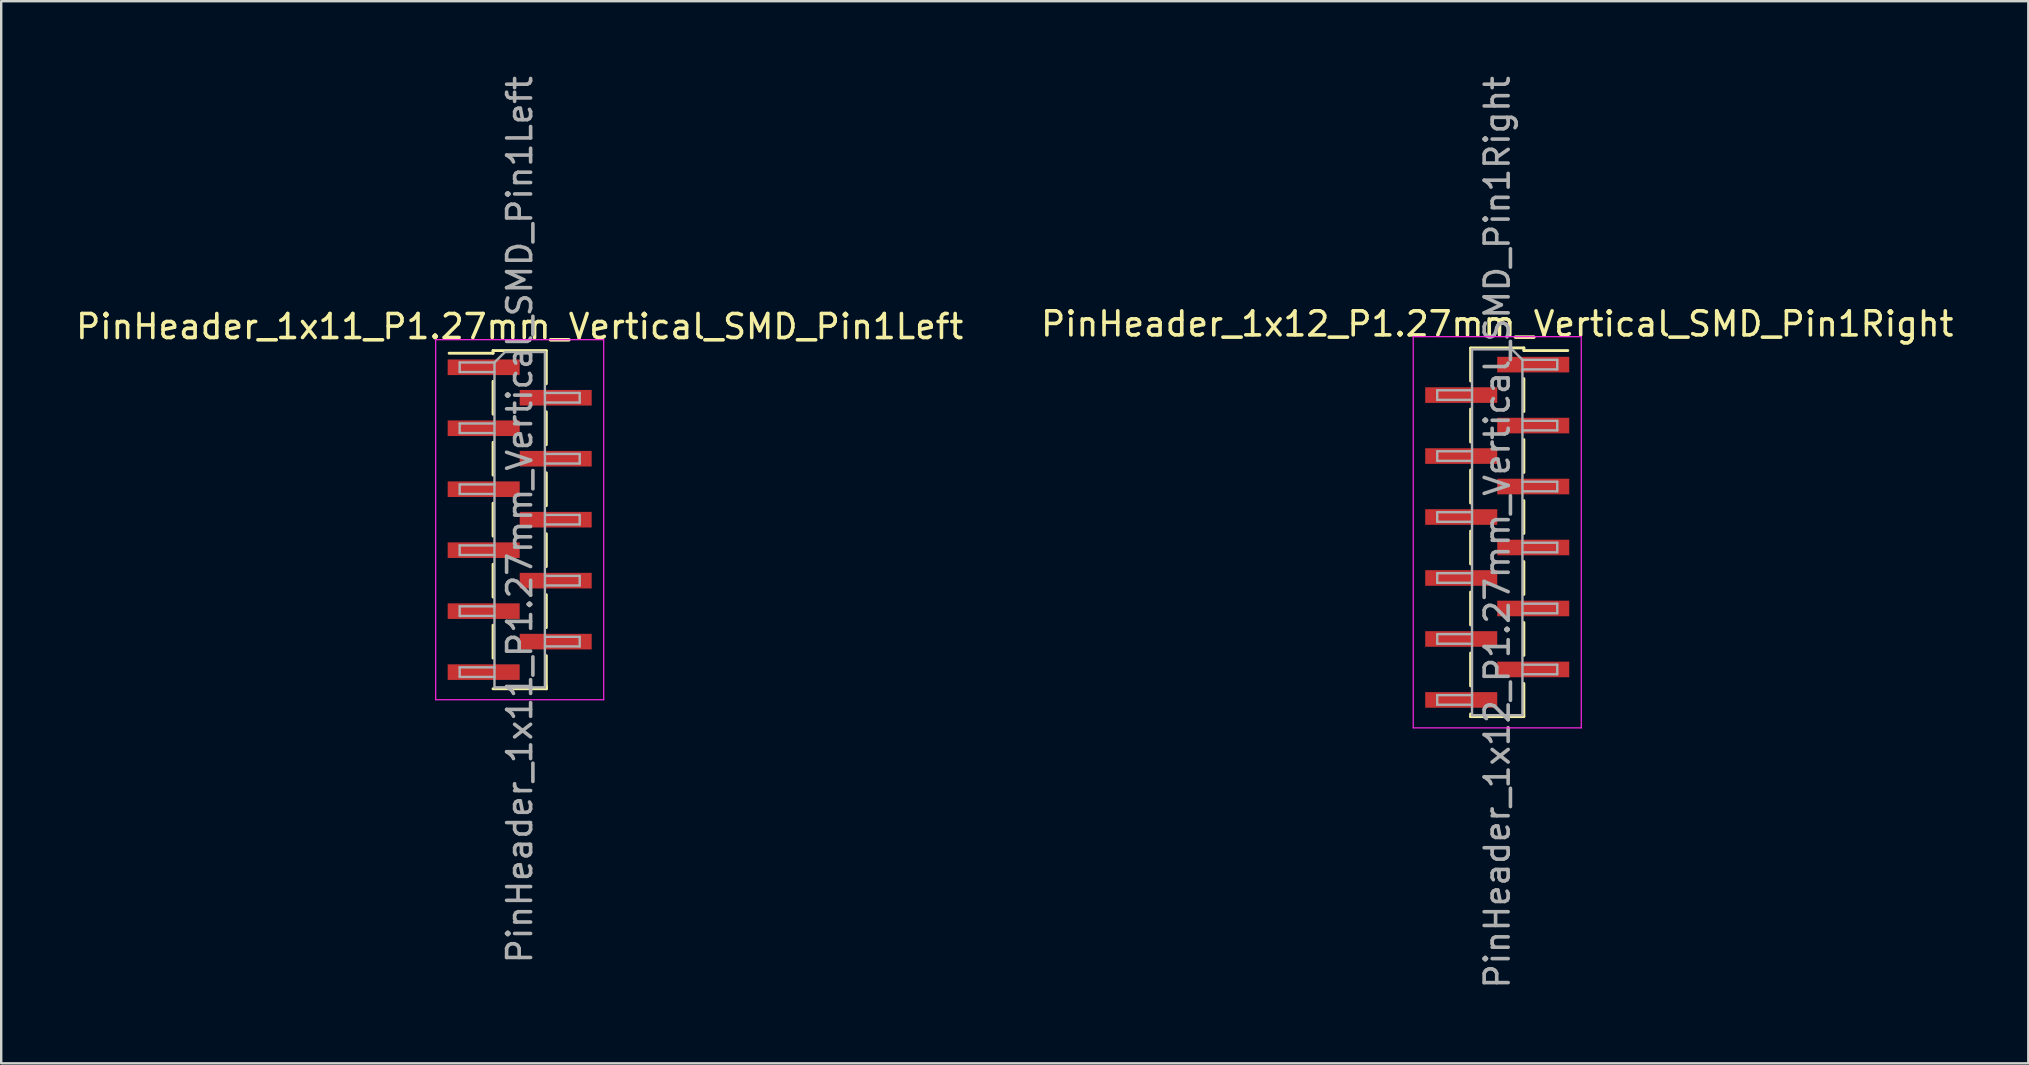
<source format=kicad_pcb>
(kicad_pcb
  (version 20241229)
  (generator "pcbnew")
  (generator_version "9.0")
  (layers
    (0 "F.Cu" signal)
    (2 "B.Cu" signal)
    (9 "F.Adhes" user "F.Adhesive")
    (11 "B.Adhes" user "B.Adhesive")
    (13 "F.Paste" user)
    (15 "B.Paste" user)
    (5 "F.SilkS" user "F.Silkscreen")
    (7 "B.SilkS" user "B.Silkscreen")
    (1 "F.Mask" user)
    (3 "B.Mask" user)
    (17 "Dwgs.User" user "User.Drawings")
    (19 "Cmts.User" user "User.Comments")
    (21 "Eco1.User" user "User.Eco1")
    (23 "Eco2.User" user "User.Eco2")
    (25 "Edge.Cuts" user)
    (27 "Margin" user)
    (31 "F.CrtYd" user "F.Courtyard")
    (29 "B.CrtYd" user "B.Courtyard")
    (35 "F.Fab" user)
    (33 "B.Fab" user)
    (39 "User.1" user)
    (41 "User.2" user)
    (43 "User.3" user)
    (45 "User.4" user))
  (footprint "PinHeader_1x12_P1.27mm_Vertical_SMD_Pin1Right"
    (layer "F.Cu")
    (at 59.327 19.125)
    (property "Reference" "PinHeader_1x12_P1.27mm_Vertical_SMD_Pin1Right" (at 0 -8.68 0) (layer "F.SilkS") (effects (font (size 1 1) (thickness 0.15))))
    (attr smd)
    (fp_line (start -1.11 -7.68) (end 1.11 -7.68) (stroke (width 0.12) (type solid)) (layer "F.SilkS"))
    (fp_line (start -1.11 -7.67) (end -1.11 -6.3) (stroke (width 0.12) (type solid)) (layer "F.SilkS"))
    (fp_line (start -1.11 -5.13) (end -1.11 -3.76) (stroke (width 0.12) (type solid)) (layer "F.SilkS"))
    (fp_line (start -1.11 -2.59) (end -1.11 -1.22) (stroke (width 0.12) (type solid)) (layer "F.SilkS"))
    (fp_line (start -1.11 -0.05) (end -1.11 1.32) (stroke (width 0.12) (type solid)) (layer "F.SilkS"))
    (fp_line (start -1.11 2.49) (end -1.11 3.86) (stroke (width 0.12) (type solid)) (layer "F.SilkS"))
    (fp_line (start -1.11 5.03) (end -1.11 6.4) (stroke (width 0.12) (type solid)) (layer "F.SilkS"))
    (fp_line (start -1.11 7.57) (end -1.11 7.68) (stroke (width 0.12) (type solid)) (layer "F.SilkS"))
    (fp_line (start -1.11 7.68) (end 1.11 7.68) (stroke (width 0.12) (type solid)) (layer "F.SilkS"))
    (fp_line (start 1.11 -7.68) (end 1.11 -7.57) (stroke (width 0.12) (type solid)) (layer "F.SilkS"))
    (fp_line (start 1.11 -7.57) (end 2.94 -7.57) (stroke (width 0.12) (type solid)) (layer "F.SilkS"))
    (fp_line (start 1.11 -6.4) (end 1.11 -5.03) (stroke (width 0.12) (type solid)) (layer "F.SilkS"))
    (fp_line (start 1.11 -3.86) (end 1.11 -2.49) (stroke (width 0.12) (type solid)) (layer "F.SilkS"))
    (fp_line (start 1.11 -1.32) (end 1.11 0.05) (stroke (width 0.12) (type solid)) (layer "F.SilkS"))
    (fp_line (start 1.11 1.22) (end 1.11 2.59) (stroke (width 0.12) (type solid)) (layer "F.SilkS"))
    (fp_line (start 1.11 3.76) (end 1.11 5.13) (stroke (width 0.12) (type solid)) (layer "F.SilkS"))
    (fp_line (start 1.11 6.3) (end 1.11 7.67) (stroke (width 0.12) (type solid)) (layer "F.SilkS"))
    (fp_line (start -3.5 -8.15) (end -3.5 8.15) (stroke (width 0.05) (type solid)) (layer "F.CrtYd"))
    (fp_line (start -3.5 8.15) (end 3.5 8.15) (stroke (width 0.05) (type solid)) (layer "F.CrtYd"))
    (fp_line (start 3.5 -8.15) (end -3.5 -8.15) (stroke (width 0.05) (type solid)) (layer "F.CrtYd"))
    (fp_line (start 3.5 8.15) (end 3.5 -8.15) (stroke (width 0.05) (type solid)) (layer "F.CrtYd"))
    (fp_line (start -2.5 -5.915) (end -2.5 -5.515) (stroke (width 0.1) (type solid)) (layer "F.Fab"))
    (fp_line (start -2.5 -5.515) (end -1.05 -5.515) (stroke (width 0.1) (type solid)) (layer "F.Fab"))
    (fp_line (start -2.5 -3.375) (end -2.5 -2.975) (stroke (width 0.1) (type solid)) (layer "F.Fab"))
    (fp_line (start -2.5 -2.975) (end -1.05 -2.975) (stroke (width 0.1) (type solid)) (layer "F.Fab"))
    (fp_line (start -2.5 -0.835) (end -2.5 -0.435) (stroke (width 0.1) (type solid)) (layer "F.Fab"))
    (fp_line (start -2.5 -0.435) (end -1.05 -0.435) (stroke (width 0.1) (type solid)) (layer "F.Fab"))
    (fp_line (start -2.5 1.705) (end -2.5 2.105) (stroke (width 0.1) (type solid)) (layer "F.Fab"))
    (fp_line (start -2.5 2.105) (end -1.05 2.105) (stroke (width 0.1) (type solid)) (layer "F.Fab"))
    (fp_line (start -2.5 4.245) (end -2.5 4.645) (stroke (width 0.1) (type solid)) (layer "F.Fab"))
    (fp_line (start -2.5 4.645) (end -1.05 4.645) (stroke (width 0.1) (type solid)) (layer "F.Fab"))
    (fp_line (start -2.5 6.785) (end -2.5 7.185) (stroke (width 0.1) (type solid)) (layer "F.Fab"))
    (fp_line (start -2.5 7.185) (end -1.05 7.185) (stroke (width 0.1) (type solid)) (layer "F.Fab"))
    (fp_line (start -1.05 -7.62) (end -1.05 7.62) (stroke (width 0.1) (type solid)) (layer "F.Fab"))
    (fp_line (start -1.05 -7.62) (end 0.615 -7.62) (stroke (width 0.1) (type solid)) (layer "F.Fab"))
    (fp_line (start -1.05 -5.915) (end -2.5 -5.915) (stroke (width 0.1) (type solid)) (layer "F.Fab"))
    (fp_line (start -1.05 -3.375) (end -2.5 -3.375) (stroke (width 0.1) (type solid)) (layer "F.Fab"))
    (fp_line (start -1.05 -0.835) (end -2.5 -0.835) (stroke (width 0.1) (type solid)) (layer "F.Fab"))
    (fp_line (start -1.05 1.705) (end -2.5 1.705) (stroke (width 0.1) (type solid)) (layer "F.Fab"))
    (fp_line (start -1.05 4.245) (end -2.5 4.245) (stroke (width 0.1) (type solid)) (layer "F.Fab"))
    (fp_line (start -1.05 6.785) (end -2.5 6.785) (stroke (width 0.1) (type solid)) (layer "F.Fab"))
    (fp_line (start 1.05 -7.185) (end 0.615 -7.62) (stroke (width 0.1) (type solid)) (layer "F.Fab"))
    (fp_line (start 1.05 -7.185) (end 2.5 -7.185) (stroke (width 0.1) (type solid)) (layer "F.Fab"))
    (fp_line (start 1.05 -4.645) (end 2.5 -4.645) (stroke (width 0.1) (type solid)) (layer "F.Fab"))
    (fp_line (start 1.05 -2.105) (end 2.5 -2.105) (stroke (width 0.1) (type solid)) (layer "F.Fab"))
    (fp_line (start 1.05 0.435) (end 2.5 0.435) (stroke (width 0.1) (type solid)) (layer "F.Fab"))
    (fp_line (start 1.05 2.975) (end 2.5 2.975) (stroke (width 0.1) (type solid)) (layer "F.Fab"))
    (fp_line (start 1.05 5.515) (end 2.5 5.515) (stroke (width 0.1) (type solid)) (layer "F.Fab"))
    (fp_line (start 1.05 7.62) (end -1.05 7.62) (stroke (width 0.1) (type solid)) (layer "F.Fab"))
    (fp_line (start 1.05 7.62) (end 1.05 -7.185) (stroke (width 0.1) (type solid)) (layer "F.Fab"))
    (fp_line (start 2.5 -7.185) (end 2.5 -6.785) (stroke (width 0.1) (type solid)) (layer "F.Fab"))
    (fp_line (start 2.5 -6.785) (end 1.05 -6.785) (stroke (width 0.1) (type solid)) (layer "F.Fab"))
    (fp_line (start 2.5 -4.645) (end 2.5 -4.245) (stroke (width 0.1) (type solid)) (layer "F.Fab"))
    (fp_line (start 2.5 -4.245) (end 1.05 -4.245) (stroke (width 0.1) (type solid)) (layer "F.Fab"))
    (fp_line (start 2.5 -2.105) (end 2.5 -1.705) (stroke (width 0.1) (type solid)) (layer "F.Fab"))
    (fp_line (start 2.5 -1.705) (end 1.05 -1.705) (stroke (width 0.1) (type solid)) (layer "F.Fab"))
    (fp_line (start 2.5 0.435) (end 2.5 0.835) (stroke (width 0.1) (type solid)) (layer "F.Fab"))
    (fp_line (start 2.5 0.835) (end 1.05 0.835) (stroke (width 0.1) (type solid)) (layer "F.Fab"))
    (fp_line (start 2.5 2.975) (end 2.5 3.375) (stroke (width 0.1) (type solid)) (layer "F.Fab"))
    (fp_line (start 2.5 3.375) (end 1.05 3.375) (stroke (width 0.1) (type solid)) (layer "F.Fab"))
    (fp_line (start 2.5 5.515) (end 2.5 5.915) (stroke (width 0.1) (type solid)) (layer "F.Fab"))
    (fp_line (start 2.5 5.915) (end 1.05 5.915) (stroke (width 0.1) (type solid)) (layer "F.Fab"))
    (fp_text user "${REFERENCE}" (at 0 0 90) (layer "F.Fab") (effects (font (size 1 1) (thickness 0.15))))
    (pad "1" smd rect (at 1.5 -6.985) (size 3 0.65) (layers "F.Cu" "F.Mask" "F.Paste"))
    (pad "2" smd rect (at -1.5 -5.715) (size 3 0.65) (layers "F.Cu" "F.Mask" "F.Paste"))
    (pad "3" smd rect (at 1.5 -4.445) (size 3 0.65) (layers "F.Cu" "F.Mask" "F.Paste"))
    (pad "4" smd rect (at -1.5 -3.175) (size 3 0.65) (layers "F.Cu" "F.Mask" "F.Paste"))
    (pad "5" smd rect (at 1.5 -1.905) (size 3 0.65) (layers "F.Cu" "F.Mask" "F.Paste"))
    (pad "6" smd rect (at -1.5 -0.635) (size 3 0.65) (layers "F.Cu" "F.Mask" "F.Paste"))
    (pad "7" smd rect (at 1.5 0.635) (size 3 0.65) (layers "F.Cu" "F.Mask" "F.Paste"))
    (pad "8" smd rect (at -1.5 1.905) (size 3 0.65) (layers "F.Cu" "F.Mask" "F.Paste"))
    (pad "9" smd rect (at 1.5 3.175) (size 3 0.65) (layers "F.Cu" "F.Mask" "F.Paste"))
    (pad "10" smd rect (at -1.5 4.445) (size 3 0.65) (layers "F.Cu" "F.Mask" "F.Paste"))
    (pad "11" smd rect (at 1.5 5.715) (size 3 0.65) (layers "F.Cu" "F.Mask" "F.Paste"))
    (pad "12" smd rect (at -1.5 6.985) (size 3 0.65) (layers "F.Cu" "F.Mask" "F.Paste")))
  (footprint "PinHeader_1x11_P1.27mm_Vertical_SMD_Pin1Left"
    (layer "F.Cu")
    (at 18.601 18.601)
    (property "Reference" "PinHeader_1x11_P1.27mm_Vertical_SMD_Pin1Left" (at 0 -8.045 0) (layer "F.SilkS") (effects (font (size 1 1) (thickness 0.15))))
    (attr smd)
    (fp_line (start -1.11 -7.045) (end -1.11 -6.935) (stroke (width 0.12) (type solid)) (layer "F.SilkS"))
    (fp_line (start -1.11 -7.045) (end 1.11 -7.045) (stroke (width 0.12) (type solid)) (layer "F.SilkS"))
    (fp_line (start -1.11 -6.935) (end -2.94 -6.935) (stroke (width 0.12) (type solid)) (layer "F.SilkS"))
    (fp_line (start -1.11 -5.765) (end -1.11 -4.395) (stroke (width 0.12) (type solid)) (layer "F.SilkS"))
    (fp_line (start -1.11 -3.225) (end -1.11 -1.855) (stroke (width 0.12) (type solid)) (layer "F.SilkS"))
    (fp_line (start -1.11 -0.685) (end -1.11 0.685) (stroke (width 0.12) (type solid)) (layer "F.SilkS"))
    (fp_line (start -1.11 1.855) (end -1.11 3.225) (stroke (width 0.12) (type solid)) (layer "F.SilkS"))
    (fp_line (start -1.11 4.395) (end -1.11 5.765) (stroke (width 0.12) (type solid)) (layer "F.SilkS"))
    (fp_line (start -1.11 7.045) (end 1.11 7.045) (stroke (width 0.12) (type solid)) (layer "F.SilkS"))
    (fp_line (start 1.11 -7.035) (end 1.11 -5.665) (stroke (width 0.12) (type solid)) (layer "F.SilkS"))
    (fp_line (start 1.11 -4.495) (end 1.11 -3.125) (stroke (width 0.12) (type solid)) (layer "F.SilkS"))
    (fp_line (start 1.11 -1.955) (end 1.11 -0.585) (stroke (width 0.12) (type solid)) (layer "F.SilkS"))
    (fp_line (start 1.11 0.585) (end 1.11 1.955) (stroke (width 0.12) (type solid)) (layer "F.SilkS"))
    (fp_line (start 1.11 3.125) (end 1.11 4.495) (stroke (width 0.12) (type solid)) (layer "F.SilkS"))
    (fp_line (start 1.11 5.665) (end 1.11 7.035) (stroke (width 0.12) (type solid)) (layer "F.SilkS"))
    (fp_line (start 1.11 6.935) (end 1.11 7.045) (stroke (width 0.12) (type solid)) (layer "F.SilkS"))
    (fp_line (start -3.5 -7.5) (end -3.5 7.5) (stroke (width 0.05) (type solid)) (layer "F.CrtYd"))
    (fp_line (start -3.5 7.5) (end 3.5 7.5) (stroke (width 0.05) (type solid)) (layer "F.CrtYd"))
    (fp_line (start 3.5 -7.5) (end -3.5 -7.5) (stroke (width 0.05) (type solid)) (layer "F.CrtYd"))
    (fp_line (start 3.5 7.5) (end 3.5 -7.5) (stroke (width 0.05) (type solid)) (layer "F.CrtYd"))
    (fp_line (start -2.5 -6.55) (end -2.5 -6.15) (stroke (width 0.1) (type solid)) (layer "F.Fab"))
    (fp_line (start -2.5 -6.15) (end -1.05 -6.15) (stroke (width 0.1) (type solid)) (layer "F.Fab"))
    (fp_line (start -2.5 -4.01) (end -2.5 -3.61) (stroke (width 0.1) (type solid)) (layer "F.Fab"))
    (fp_line (start -2.5 -3.61) (end -1.05 -3.61) (stroke (width 0.1) (type solid)) (layer "F.Fab"))
    (fp_line (start -2.5 -1.47) (end -2.5 -1.07) (stroke (width 0.1) (type solid)) (layer "F.Fab"))
    (fp_line (start -2.5 -1.07) (end -1.05 -1.07) (stroke (width 0.1) (type solid)) (layer "F.Fab"))
    (fp_line (start -2.5 1.07) (end -2.5 1.47) (stroke (width 0.1) (type solid)) (layer "F.Fab"))
    (fp_line (start -2.5 1.47) (end -1.05 1.47) (stroke (width 0.1) (type solid)) (layer "F.Fab"))
    (fp_line (start -2.5 3.61) (end -2.5 4.01) (stroke (width 0.1) (type solid)) (layer "F.Fab"))
    (fp_line (start -2.5 4.01) (end -1.05 4.01) (stroke (width 0.1) (type solid)) (layer "F.Fab"))
    (fp_line (start -2.5 6.15) (end -2.5 6.55) (stroke (width 0.1) (type solid)) (layer "F.Fab"))
    (fp_line (start -2.5 6.55) (end -1.05 6.55) (stroke (width 0.1) (type solid)) (layer "F.Fab"))
    (fp_line (start -1.05 -6.55) (end -2.5 -6.55) (stroke (width 0.1) (type solid)) (layer "F.Fab"))
    (fp_line (start -1.05 -6.55) (end -0.615 -6.985) (stroke (width 0.1) (type solid)) (layer "F.Fab"))
    (fp_line (start -1.05 -4.01) (end -2.5 -4.01) (stroke (width 0.1) (type solid)) (layer "F.Fab"))
    (fp_line (start -1.05 -1.47) (end -2.5 -1.47) (stroke (width 0.1) (type solid)) (layer "F.Fab"))
    (fp_line (start -1.05 1.07) (end -2.5 1.07) (stroke (width 0.1) (type solid)) (layer "F.Fab"))
    (fp_line (start -1.05 3.61) (end -2.5 3.61) (stroke (width 0.1) (type solid)) (layer "F.Fab"))
    (fp_line (start -1.05 6.15) (end -2.5 6.15) (stroke (width 0.1) (type solid)) (layer "F.Fab"))
    (fp_line (start -1.05 6.985) (end -1.05 -6.55) (stroke (width 0.1) (type solid)) (layer "F.Fab"))
    (fp_line (start -0.615 -6.985) (end 1.05 -6.985) (stroke (width 0.1) (type solid)) (layer "F.Fab"))
    (fp_line (start 1.05 -6.985) (end 1.05 6.985) (stroke (width 0.1) (type solid)) (layer "F.Fab"))
    (fp_line (start 1.05 -5.28) (end 2.5 -5.28) (stroke (width 0.1) (type solid)) (layer "F.Fab"))
    (fp_line (start 1.05 -2.74) (end 2.5 -2.74) (stroke (width 0.1) (type solid)) (layer "F.Fab"))
    (fp_line (start 1.05 -0.2) (end 2.5 -0.2) (stroke (width 0.1) (type solid)) (layer "F.Fab"))
    (fp_line (start 1.05 2.34) (end 2.5 2.34) (stroke (width 0.1) (type solid)) (layer "F.Fab"))
    (fp_line (start 1.05 4.88) (end 2.5 4.88) (stroke (width 0.1) (type solid)) (layer "F.Fab"))
    (fp_line (start 1.05 6.985) (end -1.05 6.985) (stroke (width 0.1) (type solid)) (layer "F.Fab"))
    (fp_line (start 2.5 -5.28) (end 2.5 -4.88) (stroke (width 0.1) (type solid)) (layer "F.Fab"))
    (fp_line (start 2.5 -4.88) (end 1.05 -4.88) (stroke (width 0.1) (type solid)) (layer "F.Fab"))
    (fp_line (start 2.5 -2.74) (end 2.5 -2.34) (stroke (width 0.1) (type solid)) (layer "F.Fab"))
    (fp_line (start 2.5 -2.34) (end 1.05 -2.34) (stroke (width 0.1) (type solid)) (layer "F.Fab"))
    (fp_line (start 2.5 -0.2) (end 2.5 0.2) (stroke (width 0.1) (type solid)) (layer "F.Fab"))
    (fp_line (start 2.5 0.2) (end 1.05 0.2) (stroke (width 0.1) (type solid)) (layer "F.Fab"))
    (fp_line (start 2.5 2.34) (end 2.5 2.74) (stroke (width 0.1) (type solid)) (layer "F.Fab"))
    (fp_line (start 2.5 2.74) (end 1.05 2.74) (stroke (width 0.1) (type solid)) (layer "F.Fab"))
    (fp_line (start 2.5 4.88) (end 2.5 5.28) (stroke (width 0.1) (type solid)) (layer "F.Fab"))
    (fp_line (start 2.5 5.28) (end 1.05 5.28) (stroke (width 0.1) (type solid)) (layer "F.Fab"))
    (fp_text user "${REFERENCE}" (at 0 0 90) (layer "F.Fab") (effects (font (size 1 1) (thickness 0.15))))
    (pad "1" smd rect (at -1.5 -6.35) (size 3 0.65) (layers "F.Cu" "F.Mask" "F.Paste"))
    (pad "2" smd rect (at 1.5 -5.08) (size 3 0.65) (layers "F.Cu" "F.Mask" "F.Paste"))
    (pad "3" smd rect (at -1.5 -3.81) (size 3 0.65) (layers "F.Cu" "F.Mask" "F.Paste"))
    (pad "4" smd rect (at 1.5 -2.54) (size 3 0.65) (layers "F.Cu" "F.Mask" "F.Paste"))
    (pad "5" smd rect (at -1.5 -1.27) (size 3 0.65) (layers "F.Cu" "F.Mask" "F.Paste"))
    (pad "6" smd rect (at 1.5 0) (size 3 0.65) (layers "F.Cu" "F.Mask" "F.Paste"))
    (pad "7" smd rect (at -1.5 1.27) (size 3 0.65) (layers "F.Cu" "F.Mask" "F.Paste"))
    (pad "8" smd rect (at 1.5 2.54) (size 3 0.65) (layers "F.Cu" "F.Mask" "F.Paste"))
    (pad "9" smd rect (at -1.5 3.81) (size 3 0.65) (layers "F.Cu" "F.Mask" "F.Paste"))
    (pad "10" smd rect (at 1.5 5.08) (size 3 0.65) (layers "F.Cu" "F.Mask" "F.Paste"))
    (pad "11" smd rect (at -1.5 6.35) (size 3 0.65) (layers "F.Cu" "F.Mask" "F.Paste")))
  (gr_rect
    (start -3 -3)
    (end 81.452 41.25)
    (stroke (width 0.1) (type default))
    (fill no)
    (layer "Edge.Cuts")))
</source>
